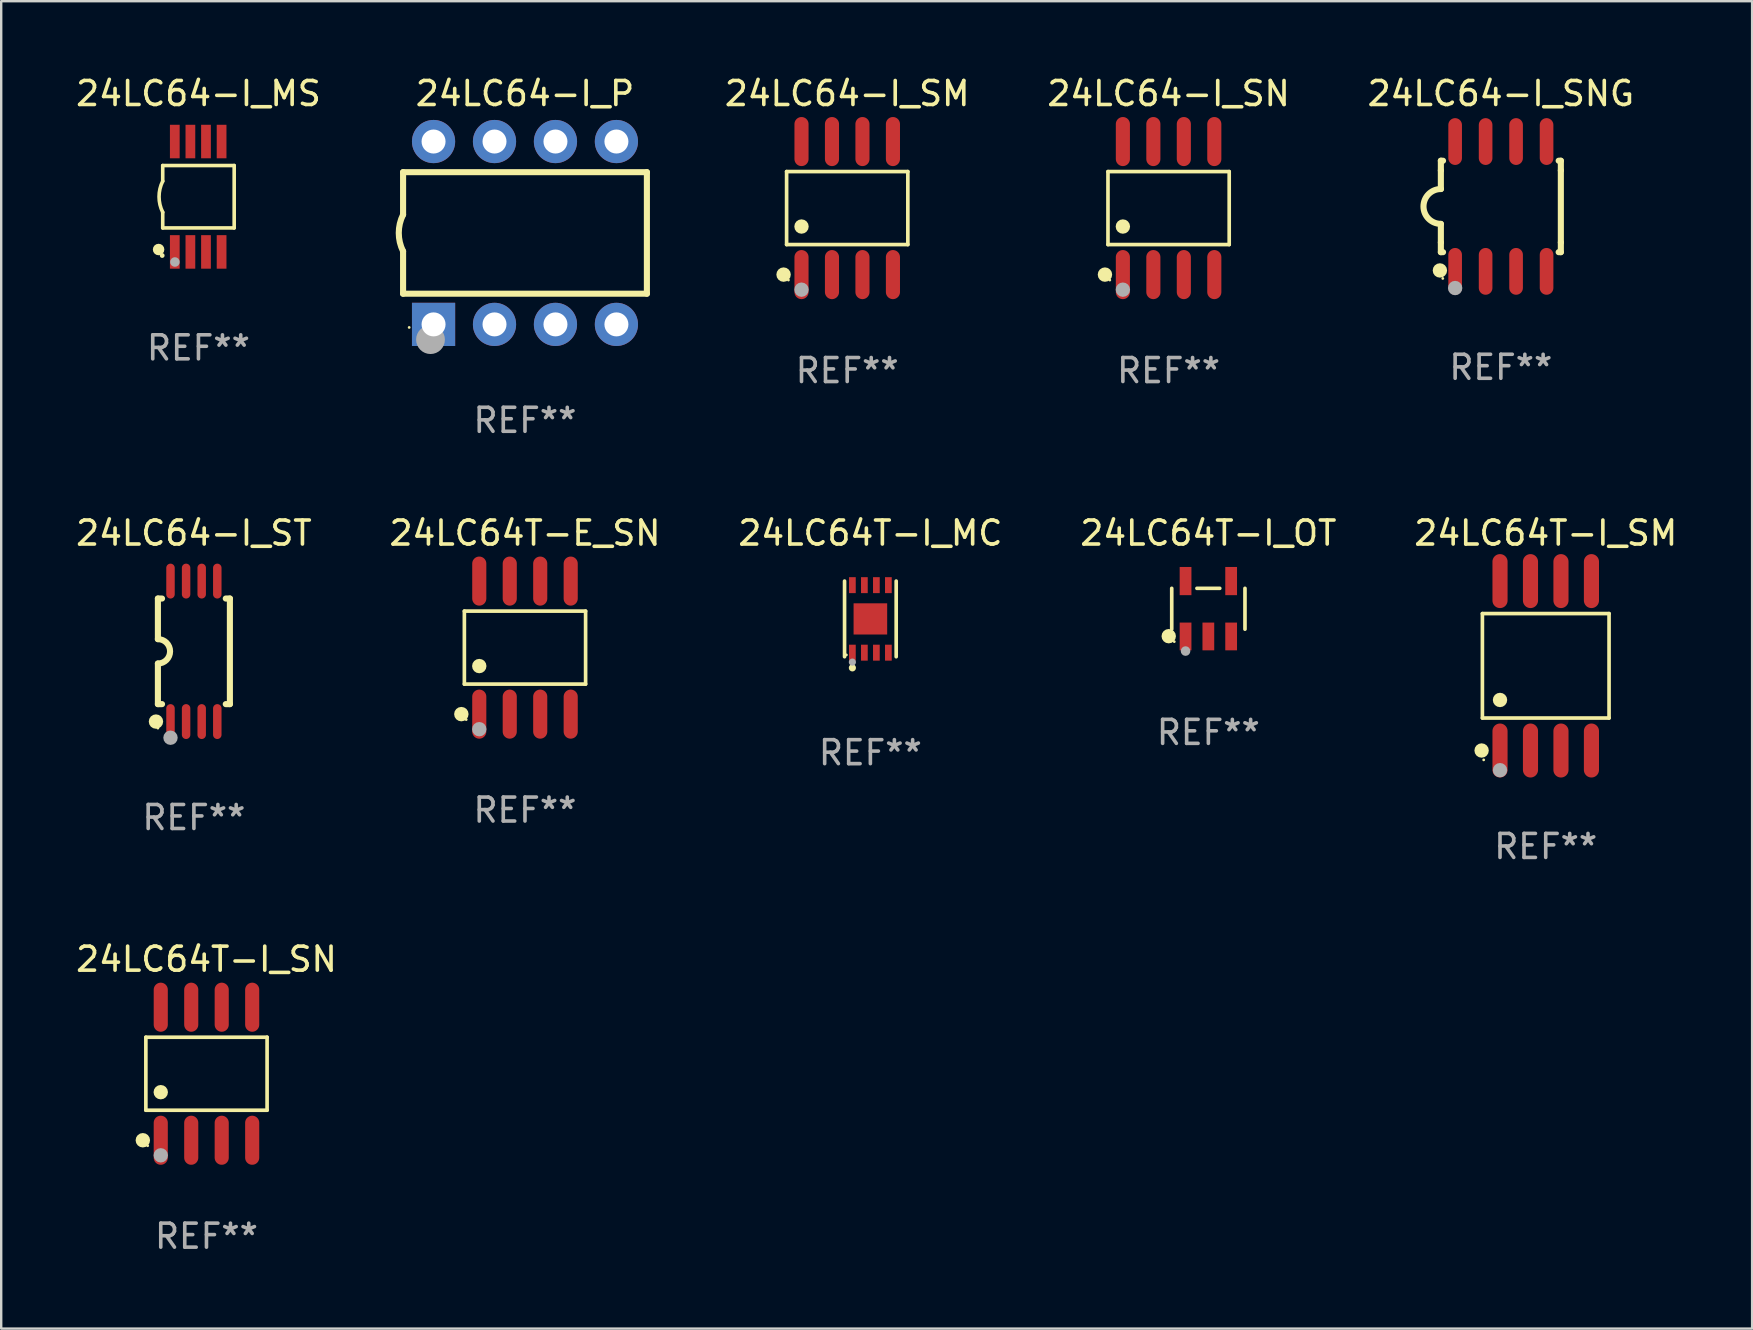
<source format=kicad_pcb>
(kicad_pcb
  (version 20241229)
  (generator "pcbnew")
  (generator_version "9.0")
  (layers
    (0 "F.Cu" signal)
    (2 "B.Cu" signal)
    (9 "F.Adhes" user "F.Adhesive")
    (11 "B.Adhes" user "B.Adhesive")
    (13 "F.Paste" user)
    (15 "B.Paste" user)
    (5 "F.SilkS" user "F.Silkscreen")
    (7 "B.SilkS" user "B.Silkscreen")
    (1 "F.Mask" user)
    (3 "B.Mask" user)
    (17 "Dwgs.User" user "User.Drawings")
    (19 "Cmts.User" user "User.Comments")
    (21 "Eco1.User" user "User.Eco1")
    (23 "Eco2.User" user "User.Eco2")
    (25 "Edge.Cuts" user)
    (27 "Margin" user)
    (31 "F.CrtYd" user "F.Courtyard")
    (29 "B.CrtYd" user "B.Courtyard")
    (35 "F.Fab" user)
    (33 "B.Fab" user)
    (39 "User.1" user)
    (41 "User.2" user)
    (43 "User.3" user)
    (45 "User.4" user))
  (footprint "24LC64T-I_MC"
    (layer "F.Cu")
    (at 33.22 22.741)
    (property "Reference" "24LC64T-I_MC" (at 0 -3.576 0) (layer "F.SilkS") (effects (font (size 1 1) (thickness 0.15))))
    (attr through_hole)
    (fp_line (start -1.076 1.576) (end -1.076 -1.576) (stroke (width 0.152) (type solid)) (layer "F.SilkS"))
    (fp_line (start 1.076 1.576) (end 1.076 -1.576) (stroke (width 0.152) (type solid)) (layer "F.SilkS"))
    (fp_circle (center -1 1.5) (end -0.97 1.5) (stroke (width 0.06) (type solid)) (fill no) (layer "F.SilkS"))
    (fp_circle (center -0.75 2.04) (end -0.675 2.04) (stroke (width 0.15) (type solid)) (fill no) (layer "F.SilkS"))
    (fp_circle (center -0.75 1.8) (end -0.675 1.8) (stroke (width 0.15) (type solid)) (fill no) (layer "F.Fab"))
    (fp_text user "REF**" (at 0 5.576 0) (layer "F.Fab") (effects (font (size 1 1) (thickness 0.15))))
    (pad "1" smd rect (at -0.75 1.407) (size 0.28 0.665) (layers "F.Cu" "F.Mask" "F.Paste"))
    (pad "2" smd rect (at -0.25 1.407) (size 0.28 0.665) (layers "F.Cu" "F.Mask" "F.Paste"))
    (pad "3" smd rect (at 0.25 1.407) (size 0.28 0.665) (layers "F.Cu" "F.Mask" "F.Paste"))
    (pad "4" smd rect (at 0.75 1.407) (size 0.28 0.665) (layers "F.Cu" "F.Mask" "F.Paste"))
    (pad "5" smd rect (at 0.75 -1.407) (size 0.28 0.665) (layers "F.Cu" "F.Mask" "F.Paste"))
    (pad "6" smd rect (at 0.25 -1.407) (size 0.28 0.665) (layers "F.Cu" "F.Mask" "F.Paste"))
    (pad "7" smd rect (at -0.25 -1.407) (size 0.28 0.665) (layers "F.Cu" "F.Mask" "F.Paste"))
    (pad "8" smd rect (at -0.75 -1.407) (size 0.28 0.665) (layers "F.Cu" "F.Mask" "F.Paste"))
    (pad "9" smd rect (at 0 0) (size 1.4 1.3) (layers "F.Cu" "F.Mask" "F.Paste")))
  (footprint "24LC64T-I_SN"
    (layer "F.Cu")
    (at 5.554 41.694)
    (property "Reference" "24LC64T-I_SN" (at 0 -4.772 0) (layer "F.SilkS") (effects (font (size 1 1) (thickness 0.15))))
    (attr through_hole)
    (fp_line (start -2.526 -1.521) (end 2.526 -1.521) (stroke (width 0.152) (type solid)) (layer "F.SilkS"))
    (fp_line (start -2.526 1.521) (end -2.526 -1.521) (stroke (width 0.152) (type solid)) (layer "F.SilkS"))
    (fp_line (start 2.526 -1.521) (end 2.526 1.521) (stroke (width 0.152) (type solid)) (layer "F.SilkS"))
    (fp_line (start 2.526 1.521) (end -2.526 1.521) (stroke (width 0.152) (type solid)) (layer "F.SilkS"))
    (fp_circle (center -2.652 2.772) (end -2.501 2.772) (stroke (width 0.3) (type solid)) (fill no) (layer "F.SilkS"))
    (fp_circle (center -2.45 3) (end -2.42 3) (stroke (width 0.06) (type solid)) (fill no) (layer "F.SilkS"))
    (fp_circle (center -1.905 0.769) (end -1.755 0.769) (stroke (width 0.3) (type solid)) (fill no) (layer "F.SilkS"))
    (fp_circle (center -1.905 3.4) (end -1.755 3.4) (stroke (width 0.3) (type solid)) (fill no) (layer "F.Fab"))
    (fp_text user "REF**" (at 0 6.772 0) (layer "F.Fab") (effects (font (size 1 1) (thickness 0.15))))
    (pad "1" smd oval (at -1.905 2.772) (size 0.588 2.045) (layers "F.Cu" "F.Mask" "F.Paste"))
    (pad "2" smd oval (at -0.635 2.772) (size 0.588 2.045) (layers "F.Cu" "F.Mask" "F.Paste"))
    (pad "3" smd oval (at 0.635 2.772) (size 0.588 2.045) (layers "F.Cu" "F.Mask" "F.Paste"))
    (pad "4" smd oval (at 1.905 2.772) (size 0.588 2.045) (layers "F.Cu" "F.Mask" "F.Paste"))
    (pad "5" smd oval (at 1.905 -2.772) (size 0.588 2.045) (layers "F.Cu" "F.Mask" "F.Paste"))
    (pad "6" smd oval (at 0.635 -2.772) (size 0.588 2.045) (layers "F.Cu" "F.Mask" "F.Paste"))
    (pad "7" smd oval (at -0.635 -2.772) (size 0.588 2.045) (layers "F.Cu" "F.Mask" "F.Paste"))
    (pad "8" smd oval (at -1.905 -2.772) (size 0.588 2.045) (layers "F.Cu" "F.Mask" "F.Paste")))
  (footprint "24LC64T-I_SM"
    (layer "F.Cu")
    (at 61.363 24.695)
    (property "Reference" "24LC64T-I_SM" (at 0 -5.53 0) (layer "F.SilkS") (effects (font (size 1 1) (thickness 0.15))))
    (attr through_hole)
    (fp_line (start -2.639 -2.176) (end 2.639 -2.176) (stroke (width 0.152) (type solid)) (layer "F.SilkS"))
    (fp_line (start -2.639 2.176) (end -2.639 -2.176) (stroke (width 0.152) (type solid)) (layer "F.SilkS"))
    (fp_line (start 2.639 -2.176) (end 2.639 2.176) (stroke (width 0.152) (type solid)) (layer "F.SilkS"))
    (fp_line (start 2.639 2.176) (end -2.639 2.176) (stroke (width 0.152) (type solid)) (layer "F.SilkS"))
    (fp_circle (center -2.672 3.53) (end -2.522 3.53) (stroke (width 0.3) (type solid)) (fill no) (layer "F.SilkS"))
    (fp_circle (center -2.585 3.92) (end -2.555 3.92) (stroke (width 0.06) (type solid)) (fill no) (layer "F.SilkS"))
    (fp_circle (center -1.905 1.424) (end -1.755 1.424) (stroke (width 0.3) (type solid)) (fill no) (layer "F.SilkS"))
    (fp_circle (center -1.905 4.35) (end -1.755 4.35) (stroke (width 0.3) (type solid)) (fill no) (layer "F.Fab"))
    (fp_text user "REF**" (at 0 7.53 0) (layer "F.Fab") (effects (font (size 1 1) (thickness 0.15))))
    (pad "1" smd oval (at -1.905 3.53) (size 0.63 2.25) (layers "F.Cu" "F.Mask" "F.Paste"))
    (pad "2" smd oval (at -0.635 3.53) (size 0.63 2.25) (layers "F.Cu" "F.Mask" "F.Paste"))
    (pad "3" smd oval (at 0.635 3.53) (size 0.63 2.25) (layers "F.Cu" "F.Mask" "F.Paste"))
    (pad "4" smd oval (at 1.905 3.53) (size 0.63 2.25) (layers "F.Cu" "F.Mask" "F.Paste"))
    (pad "5" smd oval (at 1.905 -3.53) (size 0.63 2.25) (layers "F.Cu" "F.Mask" "F.Paste"))
    (pad "6" smd oval (at 0.635 -3.53) (size 0.63 2.25) (layers "F.Cu" "F.Mask" "F.Paste"))
    (pad "7" smd oval (at -0.635 -3.53) (size 0.63 2.25) (layers "F.Cu" "F.Mask" "F.Paste"))
    (pad "8" smd oval (at -1.905 -3.53) (size 0.63 2.25) (layers "F.Cu" "F.Mask" "F.Paste")))
  (footprint "24LC64-I_SM"
    (layer "F.Cu")
    (at 32.255 5.621)
    (property "Reference" "24LC64-I_SM" (at 0 -4.772 0) (layer "F.SilkS") (effects (font (size 1 1) (thickness 0.15))))
    (attr through_hole)
    (fp_line (start -2.526 -1.521) (end 2.526 -1.521) (stroke (width 0.152) (type solid)) (layer "F.SilkS"))
    (fp_line (start -2.526 1.521) (end -2.526 -1.521) (stroke (width 0.152) (type solid)) (layer "F.SilkS"))
    (fp_line (start 2.526 -1.521) (end 2.526 1.521) (stroke (width 0.152) (type solid)) (layer "F.SilkS"))
    (fp_line (start 2.526 1.521) (end -2.526 1.521) (stroke (width 0.152) (type solid)) (layer "F.SilkS"))
    (fp_circle (center -2.652 2.772) (end -2.501 2.772) (stroke (width 0.3) (type solid)) (fill no) (layer "F.SilkS"))
    (fp_circle (center -2.45 3) (end -2.42 3) (stroke (width 0.06) (type solid)) (fill no) (layer "F.SilkS"))
    (fp_circle (center -1.905 0.769) (end -1.755 0.769) (stroke (width 0.3) (type solid)) (fill no) (layer "F.SilkS"))
    (fp_circle (center -1.905 3.4) (end -1.755 3.4) (stroke (width 0.3) (type solid)) (fill no) (layer "F.Fab"))
    (fp_text user "REF**" (at 0 6.772 0) (layer "F.Fab") (effects (font (size 1 1) (thickness 0.15))))
    (pad "1" smd oval (at -1.905 2.772) (size 0.588 2.045) (layers "F.Cu" "F.Mask" "F.Paste"))
    (pad "2" smd oval (at -0.635 2.772) (size 0.588 2.045) (layers "F.Cu" "F.Mask" "F.Paste"))
    (pad "3" smd oval (at 0.635 2.772) (size 0.588 2.045) (layers "F.Cu" "F.Mask" "F.Paste"))
    (pad "4" smd oval (at 1.905 2.772) (size 0.588 2.045) (layers "F.Cu" "F.Mask" "F.Paste"))
    (pad "5" smd oval (at 1.905 -2.772) (size 0.588 2.045) (layers "F.Cu" "F.Mask" "F.Paste"))
    (pad "6" smd oval (at 0.635 -2.772) (size 0.588 2.045) (layers "F.Cu" "F.Mask" "F.Paste"))
    (pad "7" smd oval (at -0.635 -2.772) (size 0.588 2.045) (layers "F.Cu" "F.Mask" "F.Paste"))
    (pad "8" smd oval (at -1.905 -2.772) (size 0.588 2.045) (layers "F.Cu" "F.Mask" "F.Paste")))
  (footprint "24LC64-I_ST"
    (layer "F.Cu")
    (at 5.03 24.092)
    (property "Reference" "24LC64-I_ST" (at 0 -4.927 0) (layer "F.SilkS") (effects (font (size 1 1) (thickness 0.15))))
    (attr through_hole)
    (fp_line (start -1.5 -2.2) (end -1.5 -0.508) (stroke (width 0.254) (type solid)) (layer "F.SilkS"))
    (fp_line (start -1.5 -2.2) (end -1.328 -2.2) (stroke (width 0.254) (type solid)) (layer "F.SilkS"))
    (fp_line (start -1.5 2.2) (end -1.5 0.508) (stroke (width 0.254) (type solid)) (layer "F.SilkS"))
    (fp_line (start -1.5 2.2) (end -1.328 2.2) (stroke (width 0.254) (type solid)) (layer "F.SilkS"))
    (fp_line (start 1.328 -2.2) (end 1.5 -2.2) (stroke (width 0.254) (type solid)) (layer "F.SilkS"))
    (fp_line (start 1.328 2.2) (end 1.5 2.2) (stroke (width 0.254) (type solid)) (layer "F.SilkS"))
    (fp_line (start 1.5 -2.2) (end 1.5 2.2) (stroke (width 0.254) (type solid)) (layer "F.SilkS"))
    (fp_arc (start -1.501144 -0.508) (mid -0.993143 -0.000571) (end -1.5 0.508001) (stroke (width 0.254001) (type solid)) (layer "F.SilkS"))
    (fp_circle (center -1.581 2.927) (end -1.431 2.927) (stroke (width 0.3) (type solid)) (fill no) (layer "F.SilkS"))
    (fp_circle (center -1.5 3.2) (end -1.47 3.2) (stroke (width 0.06) (type solid)) (fill no) (layer "F.SilkS"))
    (fp_circle (center -0.975 3.6) (end -0.825 3.6) (stroke (width 0.3) (type solid)) (fill no) (layer "F.Fab"))
    (fp_text user "REF**" (at 0 6.927 0) (layer "F.Fab") (effects (font (size 1 1) (thickness 0.15))))
    (pad "1" smd oval (at -0.975 2.927) (size 0.353 1.454) (layers "F.Cu" "F.Mask" "F.Paste"))
    (pad "2" smd oval (at -0.325 2.927) (size 0.353 1.454) (layers "F.Cu" "F.Mask" "F.Paste"))
    (pad "3" smd oval (at 0.325 2.927) (size 0.353 1.454) (layers "F.Cu" "F.Mask" "F.Paste"))
    (pad "4" smd oval (at 0.975 2.927) (size 0.353 1.454) (layers "F.Cu" "F.Mask" "F.Paste"))
    (pad "5" smd oval (at 0.975 -2.927) (size 0.353 1.454) (layers "F.Cu" "F.Mask" "F.Paste"))
    (pad "6" smd oval (at 0.325 -2.927) (size 0.353 1.454) (layers "F.Cu" "F.Mask" "F.Paste"))
    (pad "7" smd oval (at -0.325 -2.927) (size 0.353 1.454) (layers "F.Cu" "F.Mask" "F.Paste"))
    (pad "8" smd oval (at -0.975 -2.927) (size 0.353 1.454) (layers "F.Cu" "F.Mask" "F.Paste")))
  (footprint "24LC64-I_P"
    (layer "F.Cu")
    (at 18.827 6.658)
    (property "Reference" "24LC64-I_P" (at 0 -5.81 0) (layer "F.SilkS") (effects (font (size 1 1) (thickness 0.15))))
    (attr through_hole)
    (fp_line (start -5.08 -2.534) (end 5.08 -2.534) (stroke (width 0.254) (type solid)) (layer "F.SilkS"))
    (fp_line (start -5.08 -0.762) (end -5.08 -2.534) (stroke (width 0.254) (type solid)) (layer "F.SilkS"))
    (fp_line (start -5.08 2.531) (end -5.08 0.762) (stroke (width 0.254) (type solid)) (layer "F.SilkS"))
    (fp_line (start -5.08 2.531) (end 5.08 2.531) (stroke (width 0.254) (type solid)) (layer "F.SilkS"))
    (fp_line (start 5.08 2.531) (end 5.08 -2.534) (stroke (width 0.254) (type solid)) (layer "F.SilkS"))
    (fp_arc (start -5.08001 0.762001) (mid -5.259894 0) (end -5.08001 -0.762002) (stroke (width 0.254001) (type solid)) (layer "F.SilkS"))
    (fp_circle (center -4.826 3.937) (end -4.796 3.937) (stroke (width 0.06) (type solid)) (fill no) (layer "F.SilkS"))
    (fp_circle (center -3.937 4.445) (end -3.637 4.445) (stroke (width 0.6) (type solid)) (fill no) (layer "F.Fab"))
    (fp_text user "REF**" (at 0 7.81 0) (layer "F.Fab") (effects (font (size 1 1) (thickness 0.15))))
    (pad "1" thru_hole rect (at -3.81 3.81) (size 1.8 1.8) (drill 1) (layers "*.Cu" "*.Mask"))
    (pad "2" thru_hole circle (at -1.27 3.81) (size 1.8 1.8) (drill 1) (layers "*.Cu" "*.Mask"))
    (pad "3" thru_hole circle (at 1.27 3.81) (size 1.8 1.8) (drill 1) (layers "*.Cu" "*.Mask"))
    (pad "4" thru_hole circle (at 3.81 3.81) (size 1.8 1.8) (drill 1) (layers "*.Cu" "*.Mask"))
    (pad "5" thru_hole circle (at 3.81 -3.81) (size 1.8 1.8) (drill 1) (layers "*.Cu" "*.Mask"))
    (pad "6" thru_hole circle (at 1.27 -3.81) (size 1.8 1.8) (drill 1) (layers "*.Cu" "*.Mask"))
    (pad "7" thru_hole circle (at -1.27 -3.81) (size 1.8 1.8) (drill 1) (layers "*.Cu" "*.Mask"))
    (pad "8" thru_hole circle (at -3.81 -3.81) (size 1.8 1.8) (drill 1) (layers "*.Cu" "*.Mask")))
  (footprint "24LC64T-I_OT"
    (layer "F.Cu")
    (at 47.304 22.318)
    (property "Reference" "24LC64T-I_OT" (at 0 -3.154 0) (layer "F.SilkS") (effects (font (size 1 1) (thickness 0.15))))
    (attr through_hole)
    (fp_line (start -1.526 0.851) (end -1.526 -0.851) (stroke (width 0.152) (type solid)) (layer "F.SilkS"))
    (fp_line (start 0.476 -0.851) (end -0.476 -0.851) (stroke (width 0.152) (type solid)) (layer "F.SilkS"))
    (fp_line (start 1.526 0.851) (end 1.526 -0.851) (stroke (width 0.152) (type solid)) (layer "F.SilkS"))
    (fp_circle (center -1.651 1.143) (end -1.501 1.143) (stroke (width 0.3) (type solid)) (fill no) (layer "F.SilkS"))
    (fp_circle (center -1.42 1.37) (end -1.39 1.37) (stroke (width 0.06) (type solid)) (fill no) (layer "F.SilkS"))
    (fp_circle (center -0.95 1.763) (end -0.85 1.763) (stroke (width 0.2) (type solid)) (fill no) (layer "F.Fab"))
    (fp_text user "REF**" (at 0 5.154 0) (layer "F.Fab") (effects (font (size 1 1) (thickness 0.15))))
    (pad "1" smd rect (at -0.95 1.154) (size 0.49 1.157) (layers "F.Cu" "F.Mask" "F.Paste"))
    (pad "2" smd rect (at 0 1.154) (size 0.49 1.157) (layers "F.Cu" "F.Mask" "F.Paste"))
    (pad "3" smd rect (at 0.95 1.154) (size 0.49 1.157) (layers "F.Cu" "F.Mask" "F.Paste"))
    (pad "4" smd rect (at 0.95 -1.154) (size 0.49 1.175) (layers "F.Cu" "F.Mask" "F.Paste"))
    (pad "5" smd rect (at -0.95 -1.154) (size 0.49 1.175) (layers "F.Cu" "F.Mask" "F.Paste")))
  (footprint "24LC64-I_SNG"
    (layer "F.Cu")
    (at 59.493 5.553)
    (property "Reference" "24LC64-I_SNG" (at 0 -4.705 0) (layer "F.SilkS") (effects (font (size 1 1) (thickness 0.15))))
    (attr through_hole)
    (fp_line (start -2.5 -1.905) (end -2.409 -1.905) (stroke (width 0.254) (type solid)) (layer "F.SilkS"))
    (fp_line (start -2.5 -1.5) (end -2.5 -1.905) (stroke (width 0.254) (type solid)) (layer "F.SilkS"))
    (fp_line (start -2.5 -1.5) (end -2.5 -0.726) (stroke (width 0.254) (type solid)) (layer "F.SilkS"))
    (fp_line (start -2.5 1.5) (end -2.5 0.727) (stroke (width 0.254) (type solid)) (layer "F.SilkS"))
    (fp_line (start -2.5 1.5) (end -2.5 1.905) (stroke (width 0.254) (type solid)) (layer "F.SilkS"))
    (fp_line (start -2.5 1.905) (end -2.409 1.905) (stroke (width 0.254) (type solid)) (layer "F.SilkS"))
    (fp_line (start 2.5 -1.905) (end 2.409 -1.905) (stroke (width 0.254) (type solid)) (layer "F.SilkS"))
    (fp_line (start 2.5 -1.5) (end 2.5 -1.905) (stroke (width 0.254) (type solid)) (layer "F.SilkS"))
    (fp_line (start 2.5 -1.5) (end 2.5 1.5) (stroke (width 0.254) (type solid)) (layer "F.SilkS"))
    (fp_line (start 2.5 1.5) (end 2.5 1.905) (stroke (width 0.254) (type solid)) (layer "F.SilkS"))
    (fp_line (start 2.5 1.905) (end 2.409 1.905) (stroke (width 0.254) (type solid)) (layer "F.SilkS"))
    (fp_arc (start -2.5 0.726568) (mid -3.220316 -0.0023) (end -2.495097 -0.726289) (stroke (width 0.254001) (type solid)) (layer "F.SilkS"))
    (fp_circle (center -2.54 2.667) (end -2.39 2.667) (stroke (width 0.3) (type solid)) (fill no) (layer "F.SilkS"))
    (fp_circle (center -2.42 3) (end -2.39 3) (stroke (width 0.06) (type solid)) (fill no) (layer "F.SilkS"))
    (fp_circle (center -1.905 3.4) (end -1.755 3.4) (stroke (width 0.3) (type solid)) (fill no) (layer "F.Fab"))
    (fp_text user "REF**" (at 0 6.705 0) (layer "F.Fab") (effects (font (size 1 1) (thickness 0.15))))
    (pad "1" smd oval (at -1.905 2.705) (size 0.568 1.95) (layers "F.Cu" "F.Mask" "F.Paste"))
    (pad "2" smd oval (at -0.635 2.705) (size 0.568 1.95) (layers "F.Cu" "F.Mask" "F.Paste"))
    (pad "3" smd oval (at 0.635 2.705) (size 0.568 1.95) (layers "F.Cu" "F.Mask" "F.Paste"))
    (pad "4" smd oval (at 1.905 2.705) (size 0.568 1.95) (layers "F.Cu" "F.Mask" "F.Paste"))
    (pad "5" smd oval (at 1.905 -2.705) (size 0.568 1.95) (layers "F.Cu" "F.Mask" "F.Paste"))
    (pad "6" smd oval (at 0.635 -2.705) (size 0.568 1.95) (layers "F.Cu" "F.Mask" "F.Paste"))
    (pad "7" smd oval (at -0.635 -2.705) (size 0.568 1.95) (layers "F.Cu" "F.Mask" "F.Paste"))
    (pad "8" smd oval (at -1.905 -2.705) (size 0.568 1.95) (layers "F.Cu" "F.Mask" "F.Paste")))
  (footprint "24LC64-I_SN"
    (layer "F.Cu")
    (at 45.647 5.621)
    (property "Reference" "24LC64-I_SN" (at 0 -4.772 0) (layer "F.SilkS") (effects (font (size 1 1) (thickness 0.15))))
    (attr through_hole)
    (fp_line (start -2.526 -1.521) (end 2.526 -1.521) (stroke (width 0.152) (type solid)) (layer "F.SilkS"))
    (fp_line (start -2.526 1.521) (end -2.526 -1.521) (stroke (width 0.152) (type solid)) (layer "F.SilkS"))
    (fp_line (start 2.526 -1.521) (end 2.526 1.521) (stroke (width 0.152) (type solid)) (layer "F.SilkS"))
    (fp_line (start 2.526 1.521) (end -2.526 1.521) (stroke (width 0.152) (type solid)) (layer "F.SilkS"))
    (fp_circle (center -2.652 2.772) (end -2.501 2.772) (stroke (width 0.3) (type solid)) (fill no) (layer "F.SilkS"))
    (fp_circle (center -2.45 3) (end -2.42 3) (stroke (width 0.06) (type solid)) (fill no) (layer "F.SilkS"))
    (fp_circle (center -1.905 0.769) (end -1.755 0.769) (stroke (width 0.3) (type solid)) (fill no) (layer "F.SilkS"))
    (fp_circle (center -1.905 3.4) (end -1.755 3.4) (stroke (width 0.3) (type solid)) (fill no) (layer "F.Fab"))
    (fp_text user "REF**" (at 0 6.772 0) (layer "F.Fab") (effects (font (size 1 1) (thickness 0.15))))
    (pad "1" smd oval (at -1.905 2.772) (size 0.588 2.045) (layers "F.Cu" "F.Mask" "F.Paste"))
    (pad "2" smd oval (at -0.635 2.772) (size 0.588 2.045) (layers "F.Cu" "F.Mask" "F.Paste"))
    (pad "3" smd oval (at 0.635 2.772) (size 0.588 2.045) (layers "F.Cu" "F.Mask" "F.Paste"))
    (pad "4" smd oval (at 1.905 2.772) (size 0.588 2.045) (layers "F.Cu" "F.Mask" "F.Paste"))
    (pad "5" smd oval (at 1.905 -2.772) (size 0.588 2.045) (layers "F.Cu" "F.Mask" "F.Paste"))
    (pad "6" smd oval (at 0.635 -2.772) (size 0.588 2.045) (layers "F.Cu" "F.Mask" "F.Paste"))
    (pad "7" smd oval (at -0.635 -2.772) (size 0.588 2.045) (layers "F.Cu" "F.Mask" "F.Paste"))
    (pad "8" smd oval (at -1.905 -2.772) (size 0.588 2.045) (layers "F.Cu" "F.Mask" "F.Paste")))
  (footprint "24LC64T-E_SN"
    (layer "F.Cu")
    (at 18.827 23.937)
    (property "Reference" "24LC64T-E_SN" (at 0 -4.772 0) (layer "F.SilkS") (effects (font (size 1 1) (thickness 0.15))))
    (attr through_hole)
    (fp_line (start -2.526 -1.521) (end 2.526 -1.521) (stroke (width 0.152) (type solid)) (layer "F.SilkS"))
    (fp_line (start -2.526 1.521) (end -2.526 -1.521) (stroke (width 0.152) (type solid)) (layer "F.SilkS"))
    (fp_line (start 2.526 -1.521) (end 2.526 1.521) (stroke (width 0.152) (type solid)) (layer "F.SilkS"))
    (fp_line (start 2.526 1.521) (end -2.526 1.521) (stroke (width 0.152) (type solid)) (layer "F.SilkS"))
    (fp_circle (center -2.652 2.772) (end -2.501 2.772) (stroke (width 0.3) (type solid)) (fill no) (layer "F.SilkS"))
    (fp_circle (center -2.45 3) (end -2.42 3) (stroke (width 0.06) (type solid)) (fill no) (layer "F.SilkS"))
    (fp_circle (center -1.905 0.769) (end -1.755 0.769) (stroke (width 0.3) (type solid)) (fill no) (layer "F.SilkS"))
    (fp_circle (center -1.905 3.4) (end -1.755 3.4) (stroke (width 0.3) (type solid)) (fill no) (layer "F.Fab"))
    (fp_text user "REF**" (at 0 6.772 0) (layer "F.Fab") (effects (font (size 1 1) (thickness 0.15))))
    (pad "1" smd oval (at -1.905 2.772) (size 0.588 2.045) (layers "F.Cu" "F.Mask" "F.Paste"))
    (pad "2" smd oval (at -0.635 2.772) (size 0.588 2.045) (layers "F.Cu" "F.Mask" "F.Paste"))
    (pad "3" smd oval (at 0.635 2.772) (size 0.588 2.045) (layers "F.Cu" "F.Mask" "F.Paste"))
    (pad "4" smd oval (at 1.905 2.772) (size 0.588 2.045) (layers "F.Cu" "F.Mask" "F.Paste"))
    (pad "5" smd oval (at 1.905 -2.772) (size 0.588 2.045) (layers "F.Cu" "F.Mask" "F.Paste"))
    (pad "6" smd oval (at 0.635 -2.772) (size 0.588 2.045) (layers "F.Cu" "F.Mask" "F.Paste"))
    (pad "7" smd oval (at -0.635 -2.772) (size 0.588 2.045) (layers "F.Cu" "F.Mask" "F.Paste"))
    (pad "8" smd oval (at -1.905 -2.772) (size 0.588 2.045) (layers "F.Cu" "F.Mask" "F.Paste")))
  (footprint "24LC64-I_MS"
    (layer "F.Cu")
    (at 5.22 5.148)
    (property "Reference" "24LC64-I_MS" (at 0 -4.3 0) (layer "F.SilkS") (effects (font (size 1 1) (thickness 0.15))))
    (attr through_hole)
    (fp_line (start -1.489 -1.3) (end -1.489 -0.648) (stroke (width 0.15) (type solid)) (layer "F.SilkS"))
    (fp_line (start -1.489 0.648) (end -1.489 1.3) (stroke (width 0.15) (type solid)) (layer "F.SilkS"))
    (fp_line (start -1.489 1.3) (end 1.489 1.3) (stroke (width 0.15) (type solid)) (layer "F.SilkS"))
    (fp_line (start 1.489 -1.3) (end -1.489 -1.3) (stroke (width 0.15) (type solid)) (layer "F.SilkS"))
    (fp_line (start 1.489 1.3) (end 1.489 -1.3) (stroke (width 0.15) (type solid)) (layer "F.SilkS"))
    (fp_arc (start -1.489205 0.647702) (mid -1.642107 0) (end -1.489205 -0.647701) (stroke (width 0.150013) (type solid)) (layer "F.SilkS"))
    (fp_circle (center -1.661 2.2) (end -1.541 2.2) (stroke (width 0.24) (type solid)) (fill no) (layer "F.SilkS"))
    (fp_circle (center -1.511 2.45) (end -1.461 2.45) (stroke (width 0.1) (type solid)) (fill no) (layer "F.SilkS"))
    (fp_circle (center -0.981 2.72) (end -0.881 2.72) (stroke (width 0.2) (type solid)) (fill no) (layer "F.Fab"))
    (fp_text user "REF**" (at 0 6.3 0) (layer "F.Fab") (effects (font (size 1 1) (thickness 0.15))))
    (pad "1" smd rect (at -0.986 2.3) (size 0.406 1.397) (layers "F.Cu" "F.Mask" "F.Paste"))
    (pad "2" smd rect (at -0.336 2.3) (size 0.406 1.397) (layers "F.Cu" "F.Mask" "F.Paste"))
    (pad "3" smd rect (at 0.314 2.3) (size 0.406 1.397) (layers "F.Cu" "F.Mask" "F.Paste"))
    (pad "4" smd rect (at 0.964 2.3) (size 0.406 1.397) (layers "F.Cu" "F.Mask" "F.Paste"))
    (pad "5" smd rect (at 0.964 -2.3) (size 0.406 1.397) (layers "F.Cu" "F.Mask" "F.Paste"))
    (pad "6" smd rect (at 0.314 -2.3) (size 0.406 1.397) (layers "F.Cu" "F.Mask" "F.Paste"))
    (pad "7" smd rect (at -0.336 -2.3) (size 0.406 1.397) (layers "F.Cu" "F.Mask" "F.Paste"))
    (pad "8" smd rect (at -0.986 -2.3) (size 0.406 1.397) (layers "F.Cu" "F.Mask" "F.Paste")))
  (gr_rect
    (start -3 -3)
    (end 69.964 52.315)
    (stroke (width 0.1) (type default))
    (fill no)
    (layer "Edge.Cuts")))
</source>
